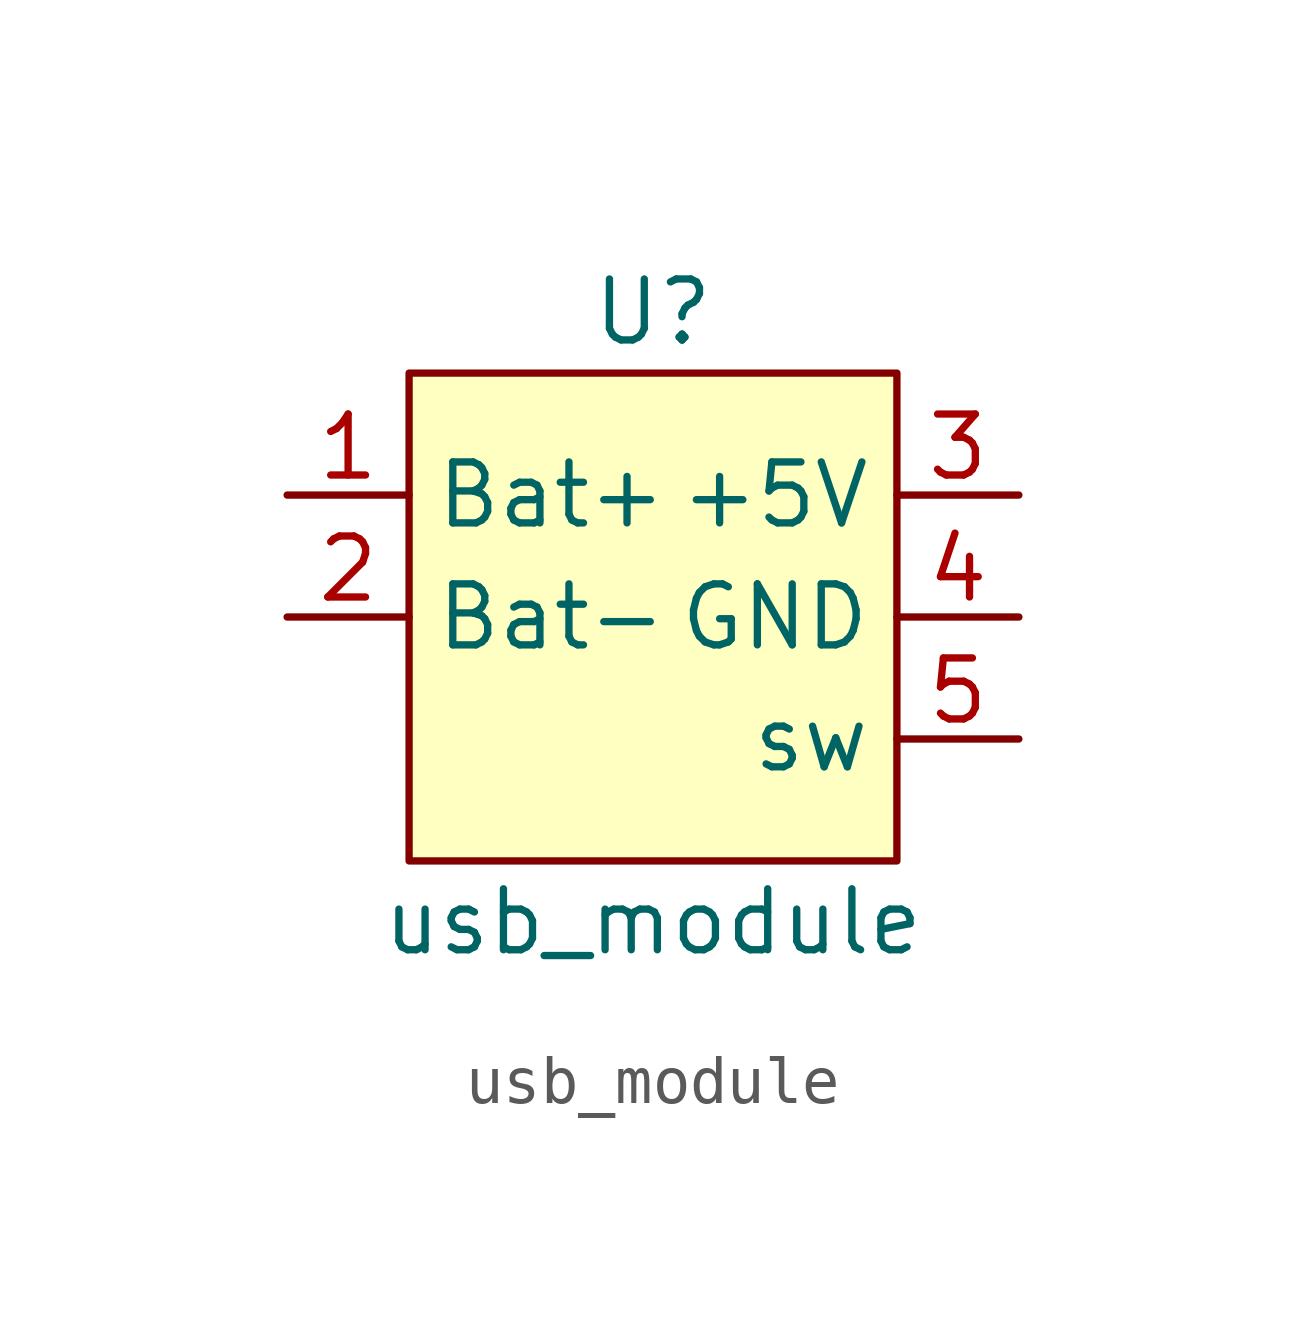
<source format=kicad_sym>
(kicad_symbol_lib
  (version 20211014)
  (generator kicad_symbol_editor)
  (symbol "usb_module"
    (property "Reference" "U"
      (at 0 1.27 0)
      (effects (font (size 1.27 1.27))))
    (property "Value" "usb_module"
      (at 0 -11.43 0)
      (effects (font (size 1.27 1.27))))
    (symbol "usb_module_0_1"
      (rectangle (start -5.08 0) (end 5.08 -10.16) (stroke (width 0) (type default) (color 0 0 0 0)) (fill (type background))))
    (symbol "usb_module_1_1"
      (pin power_in line (at -7.62 -2.54 0) (length 2.54) (name "Bat+" (effects (font (size 1.27 1.27)))) (number "1" (effects (font (size 1.27 1.27)))))
      (pin power_in line (at -7.62 -5.08 0) (length 2.54) (name "Bat-" (effects (font (size 1.27 1.27)))) (number "2" (effects (font (size 1.27 1.27)))))
      (pin power_out line (at 7.62 -2.54 180) (length 2.54) (name "+5V" (effects (font (size 1.27 1.27)))) (number "3" (effects (font (size 1.27 1.27)))))
      (pin power_out line (at 7.62 -5.08 180) (length 2.54) (name "GND" (effects (font (size 1.27 1.27)))) (number "4" (effects (font (size 1.27 1.27)))))
      (pin input line (at 7.62 -7.62 180) (length 2.54) (name "sw" (effects (font (size 1.27 1.27)))) (number "5" (effects (font (size 1.27 1.27))))))))
</source>
